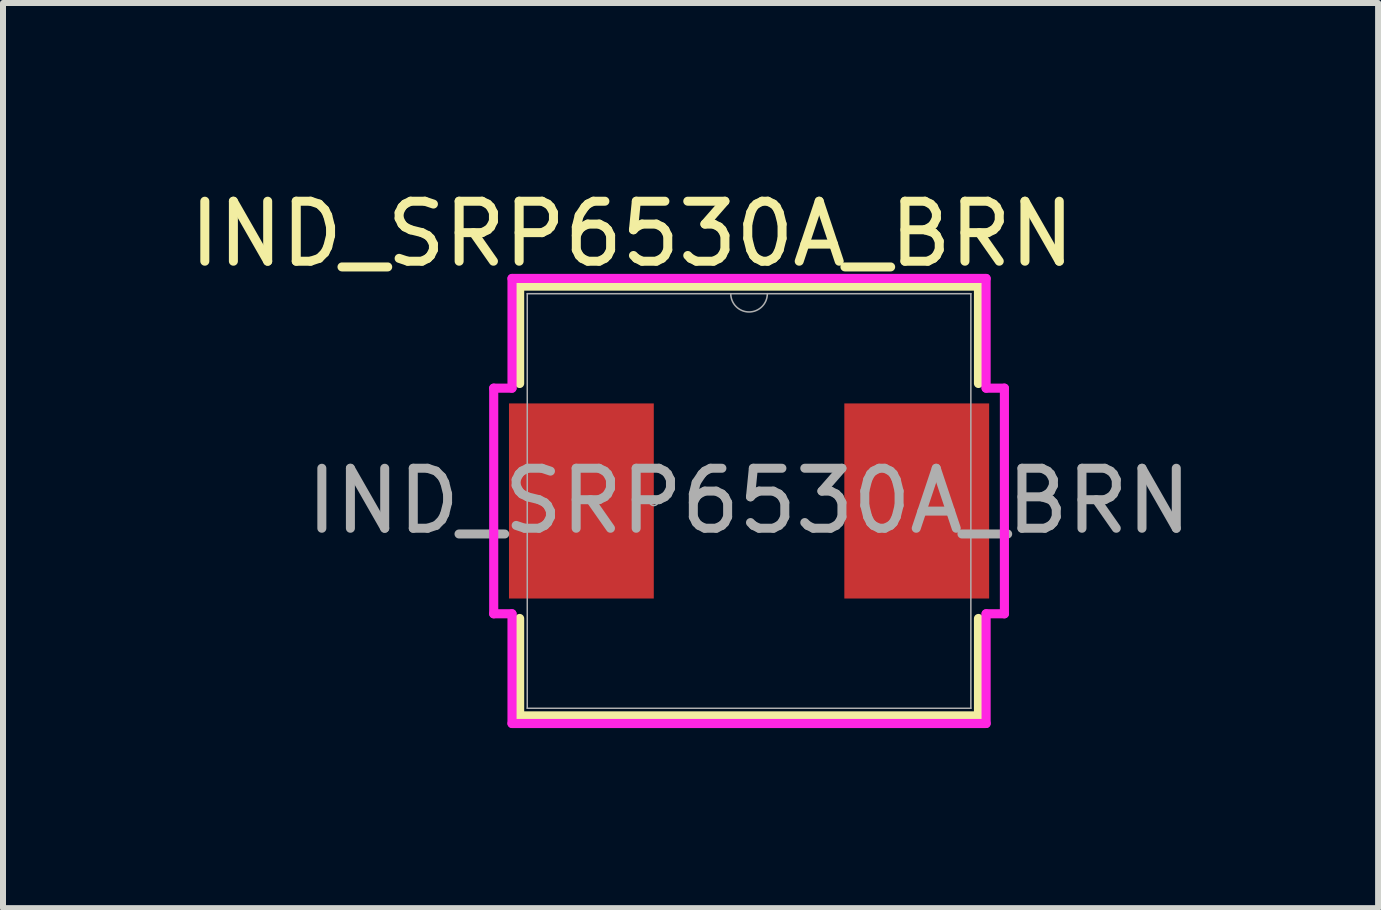
<source format=kicad_pcb>
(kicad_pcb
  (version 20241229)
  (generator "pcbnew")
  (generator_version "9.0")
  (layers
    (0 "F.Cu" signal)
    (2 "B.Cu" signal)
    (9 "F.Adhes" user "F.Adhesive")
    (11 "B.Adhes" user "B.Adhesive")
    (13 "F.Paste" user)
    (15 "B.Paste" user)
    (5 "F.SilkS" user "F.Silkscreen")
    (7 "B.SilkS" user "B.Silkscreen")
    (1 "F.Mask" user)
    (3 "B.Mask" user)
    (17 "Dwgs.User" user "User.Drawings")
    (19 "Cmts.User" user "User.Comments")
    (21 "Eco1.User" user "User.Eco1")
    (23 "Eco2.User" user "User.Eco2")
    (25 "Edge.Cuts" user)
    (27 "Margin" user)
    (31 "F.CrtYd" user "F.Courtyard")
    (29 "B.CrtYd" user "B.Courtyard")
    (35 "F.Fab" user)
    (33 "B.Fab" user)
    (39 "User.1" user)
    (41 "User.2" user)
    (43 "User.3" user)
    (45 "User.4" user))
  (footprint "IND_SRP6530A_BRN"
    (layer "F.Cu")
    (at 9.432 5.298)
    (property "Reference" "IND_SRP6530A_BRN" (at -1.95 -4.45 0) (unlocked yes) (layer "F.SilkS") (effects (font (size 1 1) (thickness 0.15))))
    (attr smd)
    (fp_line (start -3.823 -3.581) (end -3.823 -1.958) (stroke (width 0.152) (type solid)) (layer "F.SilkS"))
    (fp_line (start -3.823 1.958) (end -3.823 3.581) (stroke (width 0.152) (type solid)) (layer "F.SilkS"))
    (fp_line (start -3.823 3.581) (end 3.823 3.581) (stroke (width 0.152) (type solid)) (layer "F.SilkS"))
    (fp_line (start 3.823 -3.581) (end -3.823 -3.581) (stroke (width 0.152) (type solid)) (layer "F.SilkS"))
    (fp_line (start 3.823 -1.958) (end 3.823 -3.581) (stroke (width 0.152) (type solid)) (layer "F.SilkS"))
    (fp_line (start 3.823 3.581) (end 3.823 1.958) (stroke (width 0.152) (type solid)) (layer "F.SilkS"))
    (fp_line (start -4.255 -1.88) (end -3.95 -1.88) (stroke (width 0.152) (type solid)) (layer "F.CrtYd"))
    (fp_line (start -4.255 1.88) (end -4.255 -1.88) (stroke (width 0.152) (type solid)) (layer "F.CrtYd"))
    (fp_line (start -4.255 1.88) (end -3.95 1.88) (stroke (width 0.152) (type solid)) (layer "F.CrtYd"))
    (fp_line (start -3.95 -3.708) (end 3.95 -3.708) (stroke (width 0.152) (type solid)) (layer "F.CrtYd"))
    (fp_line (start -3.95 -1.88) (end -3.95 -3.708) (stroke (width 0.152) (type solid)) (layer "F.CrtYd"))
    (fp_line (start -3.95 3.708) (end -3.95 1.88) (stroke (width 0.152) (type solid)) (layer "F.CrtYd"))
    (fp_line (start 3.95 -3.708) (end 3.95 -1.88) (stroke (width 0.152) (type solid)) (layer "F.CrtYd"))
    (fp_line (start 3.95 1.88) (end 3.95 3.708) (stroke (width 0.152) (type solid)) (layer "F.CrtYd"))
    (fp_line (start 3.95 3.708) (end -3.95 3.708) (stroke (width 0.152) (type solid)) (layer "F.CrtYd"))
    (fp_line (start 4.255 -1.88) (end 3.95 -1.88) (stroke (width 0.152) (type solid)) (layer "F.CrtYd"))
    (fp_line (start 4.255 -1.88) (end 4.255 1.88) (stroke (width 0.152) (type solid)) (layer "F.CrtYd"))
    (fp_line (start 4.255 1.88) (end 3.95 1.88) (stroke (width 0.152) (type solid)) (layer "F.CrtYd"))
    (fp_line (start -3.696 -3.454) (end -3.696 3.454) (stroke (width 0.025) (type solid)) (layer "F.Fab"))
    (fp_line (start -3.696 3.454) (end 3.696 3.454) (stroke (width 0.025) (type solid)) (layer "F.Fab"))
    (fp_line (start 3.696 -3.454) (end -3.696 -3.454) (stroke (width 0.025) (type solid)) (layer "F.Fab"))
    (fp_line (start 3.696 3.454) (end 3.696 -3.454) (stroke (width 0.025) (type solid)) (layer "F.Fab"))
    (fp_arc (start 0.3048 -3.4544) (mid 0 -3.1496) (end -0.3048 -3.4544) (stroke (width 0.0254) (type solid)) (layer "F.Fab"))
    (fp_circle (center -1.587 0) (end -1.511 0) (stroke (width 0.025) (type solid)) (fill no) (layer "F.Fab"))
    (fp_text user "${REFERENCE}" (at 0 0 0) (unlocked yes) (layer "F.Fab") (effects (font (size 1 1) (thickness 0.15))))
    (pad "1" smd rect (at -2.794 0) (size 2.413 3.251) (layers "F.Cu" "F.Mask" "F.Paste"))
    (pad "2" smd rect (at 2.794 0) (size 2.413 3.251) (layers "F.Cu" "F.Mask" "F.Paste")))
  (gr_rect
    (start -3 -3)
    (end 19.914 12.083)
    (stroke (width 0.1) (type default))
    (fill no)
    (layer "Edge.Cuts")))
</source>
